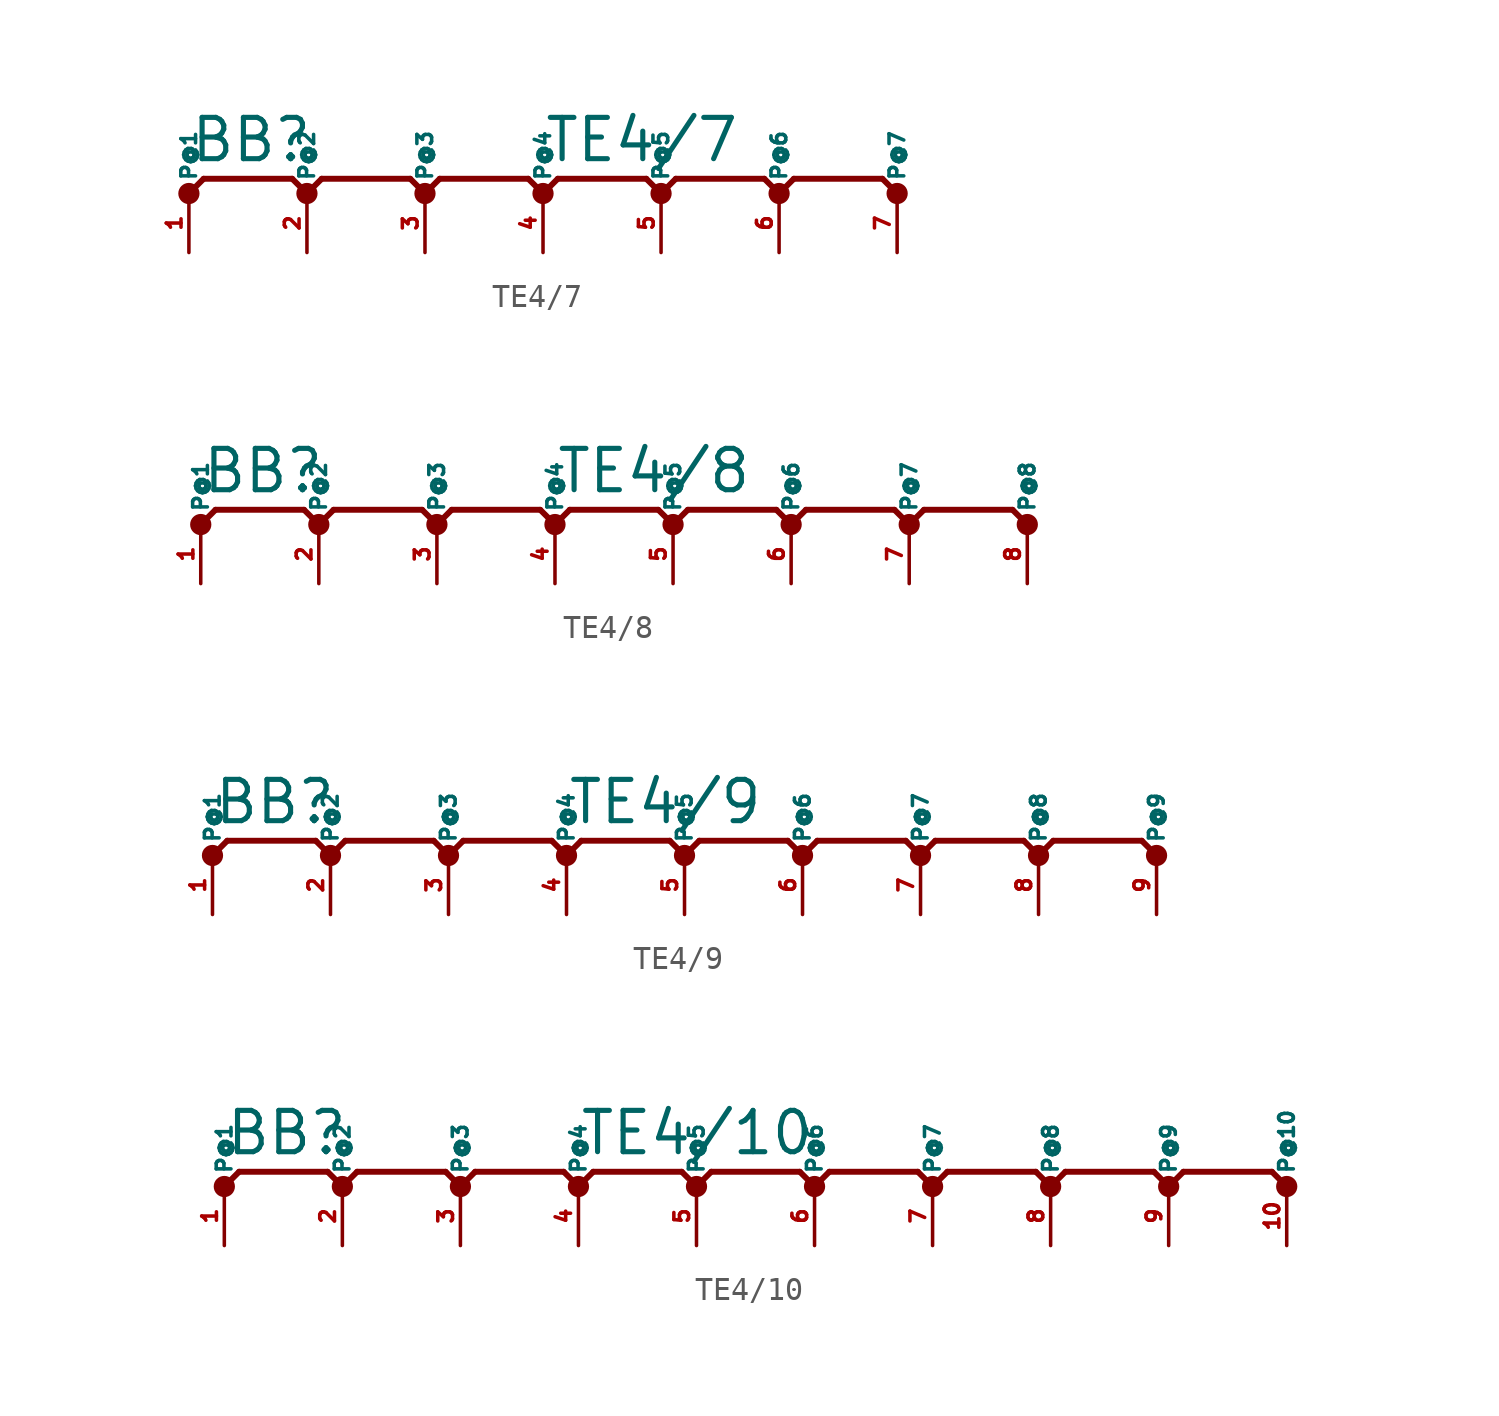
<source format=kicad_sym>
(kicad_symbol_lib
  (version 20220914)
  (generator Eagle2Kicad)
  (symbol "TE4/7"
    (property "Reference" "BB"
      (at -15.24 1.27 0)
      (effects (font (size 1.778 1.778) (thickness 0.22)) (justify left bottom)))
    (property "Value" "TE4/7"
      (at 0 1.27 0)
      (effects (font (size 1.778 1.778) (thickness 0.22)) (justify left bottom)))
    (polyline
      (pts (xy -10.16 0) (xy -10.795 0.635))
      (stroke (width 0.254) (type default))
      (fill (type none)))
    (polyline
      (pts (xy -10.795 0.635) (xy -14.605 0.635))
      (stroke (width 0.254) (type default))
      (fill (type none)))
    (polyline
      (pts (xy -14.605 0.635) (xy -15.24 0))
      (stroke (width 0.254) (type default))
      (fill (type none)))
    (polyline
      (pts (xy 15.24 0) (xy 14.605 0.635))
      (stroke (width 0.254) (type default))
      (fill (type none)))
    (polyline
      (pts (xy 14.605 0.635) (xy 10.795 0.635))
      (stroke (width 0.254) (type default))
      (fill (type none)))
    (polyline
      (pts (xy 10.795 0.635) (xy 10.16 0))
      (stroke (width 0.254) (type default))
      (fill (type none)))
    (polyline
      (pts (xy 10.16 0) (xy 9.525 0.635))
      (stroke (width 0.254) (type default))
      (fill (type none)))
    (polyline
      (pts (xy 9.525 0.635) (xy 5.715 0.635))
      (stroke (width 0.254) (type default))
      (fill (type none)))
    (polyline
      (pts (xy 5.715 0.635) (xy 5.08 0))
      (stroke (width 0.254) (type default))
      (fill (type none)))
    (polyline
      (pts (xy 5.08 0) (xy 4.445 0.635))
      (stroke (width 0.254) (type default))
      (fill (type none)))
    (polyline
      (pts (xy 4.445 0.635) (xy 0.635 0.635))
      (stroke (width 0.254) (type default))
      (fill (type none)))
    (polyline
      (pts (xy 0.635 0.635) (xy 0 0))
      (stroke (width 0.254) (type default))
      (fill (type none)))
    (polyline
      (pts (xy 0 0) (xy -0.635 0.635))
      (stroke (width 0.254) (type default))
      (fill (type none)))
    (polyline
      (pts (xy -0.635 0.635) (xy -4.445 0.635))
      (stroke (width 0.254) (type default))
      (fill (type none)))
    (polyline
      (pts (xy -4.445 0.635) (xy -5.08 0))
      (stroke (width 0.254) (type default))
      (fill (type none)))
    (polyline
      (pts (xy -5.08 0) (xy -5.715 0.635))
      (stroke (width 0.254) (type default))
      (fill (type none)))
    (polyline
      (pts (xy -5.715 0.635) (xy -9.525 0.635))
      (stroke (width 0.254) (type default))
      (fill (type none)))
    (polyline
      (pts (xy -9.525 0.635) (xy -10.16 0))
      (stroke (width 0.254) (type default))
      (fill (type none)))
    (circle
      (center -15.24 0)
      (radius 0.254)
      (stroke (width 0.406) (type default))
      (fill (type none)))
    (circle
      (center -10.16 0)
      (radius 0.254)
      (stroke (width 0.406) (type default))
      (fill (type none)))
    (circle
      (center -5.08 0)
      (radius 0.254)
      (stroke (width 0.406) (type default))
      (fill (type none)))
    (circle
      (center 0 0)
      (radius 0.254)
      (stroke (width 0.406) (type default))
      (fill (type none)))
    (circle
      (center 5.08 0)
      (radius 0.254)
      (stroke (width 0.406) (type default))
      (fill (type none)))
    (circle
      (center 10.16 0)
      (radius 0.254)
      (stroke (width 0.406) (type default))
      (fill (type none)))
    (circle
      (center 15.24 0)
      (radius 0.254)
      (stroke (width 0.406) (type default))
      (fill (type none)))
    (pin passive line
      (at -5.08 -2.54 90)
      (length 2.54)
      (name "P@3" (effects (font (size 0.635 0.635) (thickness 0.08)) (justify left bottom)))
      (number "3" (effects (font (size 0.635 0.635) (thickness 0.08)) (justify left bottom))))
    (pin passive line
      (at 0 -2.54 90)
      (length 2.54)
      (name "P@4" (effects (font (size 0.635 0.635) (thickness 0.08)) (justify left bottom)))
      (number "4" (effects (font (size 0.635 0.635) (thickness 0.08)) (justify left bottom))))
    (pin passive line
      (at 5.08 -2.54 90)
      (length 2.54)
      (name "P@5" (effects (font (size 0.635 0.635) (thickness 0.08)) (justify left bottom)))
      (number "5" (effects (font (size 0.635 0.635) (thickness 0.08)) (justify left bottom))))
    (pin passive line
      (at 10.16 -2.54 90)
      (length 2.54)
      (name "P@6" (effects (font (size 0.635 0.635) (thickness 0.08)) (justify left bottom)))
      (number "6" (effects (font (size 0.635 0.635) (thickness 0.08)) (justify left bottom))))
    (pin passive line
      (at -15.24 -2.54 90)
      (length 2.54)
      (name "P@1" (effects (font (size 0.635 0.635) (thickness 0.08)) (justify left bottom)))
      (number "1" (effects (font (size 0.635 0.635) (thickness 0.08)) (justify left bottom))))
    (pin passive line
      (at -10.16 -2.54 90)
      (length 2.54)
      (name "P@2" (effects (font (size 0.635 0.635) (thickness 0.08)) (justify left bottom)))
      (number "2" (effects (font (size 0.635 0.635) (thickness 0.08)) (justify left bottom))))
    (pin passive line
      (at 15.24 -2.54 90)
      (length 2.54)
      (name "P@7" (effects (font (size 0.635 0.635) (thickness 0.08)) (justify left bottom)))
      (number "7" (effects (font (size 0.635 0.635) (thickness 0.08)) (justify left bottom)))))
  (symbol "TE4/8"
    (property "Reference" "BB"
      (at -17.78 1.27 0)
      (effects (font (size 1.778 1.778) (thickness 0.22)) (justify left bottom)))
    (property "Value" "TE4/8"
      (at -2.54 1.27 0)
      (effects (font (size 1.778 1.778) (thickness 0.22)) (justify left bottom)))
    (polyline
      (pts (xy -12.7 0) (xy -13.335 0.635))
      (stroke (width 0.254) (type default))
      (fill (type none)))
    (polyline
      (pts (xy -13.335 0.635) (xy -17.145 0.635))
      (stroke (width 0.254) (type default))
      (fill (type none)))
    (polyline
      (pts (xy -17.145 0.635) (xy -17.78 0))
      (stroke (width 0.254) (type default))
      (fill (type none)))
    (polyline
      (pts (xy 17.78 0) (xy 17.145 0.635))
      (stroke (width 0.254) (type default))
      (fill (type none)))
    (polyline
      (pts (xy 17.145 0.635) (xy 13.335 0.635))
      (stroke (width 0.254) (type default))
      (fill (type none)))
    (polyline
      (pts (xy 13.335 0.635) (xy 12.7 0))
      (stroke (width 0.254) (type default))
      (fill (type none)))
    (polyline
      (pts (xy 12.7 0) (xy 12.065 0.635))
      (stroke (width 0.254) (type default))
      (fill (type none)))
    (polyline
      (pts (xy 12.065 0.635) (xy 8.255 0.635))
      (stroke (width 0.254) (type default))
      (fill (type none)))
    (polyline
      (pts (xy 8.255 0.635) (xy 7.62 0))
      (stroke (width 0.254) (type default))
      (fill (type none)))
    (polyline
      (pts (xy 7.62 0) (xy 6.985 0.635))
      (stroke (width 0.254) (type default))
      (fill (type none)))
    (polyline
      (pts (xy 6.985 0.635) (xy 3.175 0.635))
      (stroke (width 0.254) (type default))
      (fill (type none)))
    (polyline
      (pts (xy 3.175 0.635) (xy 2.54 0))
      (stroke (width 0.254) (type default))
      (fill (type none)))
    (polyline
      (pts (xy 2.54 0) (xy 1.905 0.635))
      (stroke (width 0.254) (type default))
      (fill (type none)))
    (polyline
      (pts (xy 1.905 0.635) (xy -1.905 0.635))
      (stroke (width 0.254) (type default))
      (fill (type none)))
    (polyline
      (pts (xy -1.905 0.635) (xy -2.54 0))
      (stroke (width 0.254) (type default))
      (fill (type none)))
    (polyline
      (pts (xy -2.54 0) (xy -3.175 0.635))
      (stroke (width 0.254) (type default))
      (fill (type none)))
    (polyline
      (pts (xy -3.175 0.635) (xy -6.985 0.635))
      (stroke (width 0.254) (type default))
      (fill (type none)))
    (polyline
      (pts (xy -6.985 0.635) (xy -7.62 0))
      (stroke (width 0.254) (type default))
      (fill (type none)))
    (polyline
      (pts (xy -7.62 0) (xy -8.255 0.635))
      (stroke (width 0.254) (type default))
      (fill (type none)))
    (polyline
      (pts (xy -8.255 0.635) (xy -12.065 0.635))
      (stroke (width 0.254) (type default))
      (fill (type none)))
    (polyline
      (pts (xy -12.065 0.635) (xy -12.7 0))
      (stroke (width 0.254) (type default))
      (fill (type none)))
    (circle
      (center -17.78 0)
      (radius 0.254)
      (stroke (width 0.406) (type default))
      (fill (type none)))
    (circle
      (center -12.7 0)
      (radius 0.254)
      (stroke (width 0.406) (type default))
      (fill (type none)))
    (circle
      (center -7.62 0)
      (radius 0.254)
      (stroke (width 0.406) (type default))
      (fill (type none)))
    (circle
      (center -2.54 0)
      (radius 0.254)
      (stroke (width 0.406) (type default))
      (fill (type none)))
    (circle
      (center 2.54 0)
      (radius 0.254)
      (stroke (width 0.406) (type default))
      (fill (type none)))
    (circle
      (center 7.62 0)
      (radius 0.254)
      (stroke (width 0.406) (type default))
      (fill (type none)))
    (circle
      (center 12.7 0)
      (radius 0.254)
      (stroke (width 0.406) (type default))
      (fill (type none)))
    (circle
      (center 17.78 0)
      (radius 0.254)
      (stroke (width 0.406) (type default))
      (fill (type none)))
    (pin passive line
      (at -17.78 -2.54 90)
      (length 2.54)
      (name "P@1" (effects (font (size 0.635 0.635) (thickness 0.08)) (justify left bottom)))
      (number "1" (effects (font (size 0.635 0.635) (thickness 0.08)) (justify left bottom))))
    (pin passive line
      (at -12.7 -2.54 90)
      (length 2.54)
      (name "P@2" (effects (font (size 0.635 0.635) (thickness 0.08)) (justify left bottom)))
      (number "2" (effects (font (size 0.635 0.635) (thickness 0.08)) (justify left bottom))))
    (pin passive line
      (at -7.62 -2.54 90)
      (length 2.54)
      (name "P@3" (effects (font (size 0.635 0.635) (thickness 0.08)) (justify left bottom)))
      (number "3" (effects (font (size 0.635 0.635) (thickness 0.08)) (justify left bottom))))
    (pin passive line
      (at -2.54 -2.54 90)
      (length 2.54)
      (name "P@4" (effects (font (size 0.635 0.635) (thickness 0.08)) (justify left bottom)))
      (number "4" (effects (font (size 0.635 0.635) (thickness 0.08)) (justify left bottom))))
    (pin passive line
      (at 2.54 -2.54 90)
      (length 2.54)
      (name "P@5" (effects (font (size 0.635 0.635) (thickness 0.08)) (justify left bottom)))
      (number "5" (effects (font (size 0.635 0.635) (thickness 0.08)) (justify left bottom))))
    (pin passive line
      (at 7.62 -2.54 90)
      (length 2.54)
      (name "P@6" (effects (font (size 0.635 0.635) (thickness 0.08)) (justify left bottom)))
      (number "6" (effects (font (size 0.635 0.635) (thickness 0.08)) (justify left bottom))))
    (pin passive line
      (at 12.7 -2.54 90)
      (length 2.54)
      (name "P@7" (effects (font (size 0.635 0.635) (thickness 0.08)) (justify left bottom)))
      (number "7" (effects (font (size 0.635 0.635) (thickness 0.08)) (justify left bottom))))
    (pin passive line
      (at 17.78 -2.54 90)
      (length 2.54)
      (name "P@8" (effects (font (size 0.635 0.635) (thickness 0.08)) (justify left bottom)))
      (number "8" (effects (font (size 0.635 0.635) (thickness 0.08)) (justify left bottom)))))
  (symbol "TE4/9"
    (property "Reference" "BB"
      (at -20.32 1.27 0)
      (effects (font (size 1.778 1.778) (thickness 0.22)) (justify left bottom)))
    (property "Value" "TE4/9"
      (at -5.08 1.27 0)
      (effects (font (size 1.778 1.778) (thickness 0.22)) (justify left bottom)))
    (polyline
      (pts (xy -15.24 0) (xy -15.875 0.635))
      (stroke (width 0.254) (type default))
      (fill (type none)))
    (polyline
      (pts (xy -15.875 0.635) (xy -19.685 0.635))
      (stroke (width 0.254) (type default))
      (fill (type none)))
    (polyline
      (pts (xy -19.685 0.635) (xy -20.32 0))
      (stroke (width 0.254) (type default))
      (fill (type none)))
    (polyline
      (pts (xy 20.32 0) (xy 19.685 0.635))
      (stroke (width 0.254) (type default))
      (fill (type none)))
    (polyline
      (pts (xy 19.685 0.635) (xy 15.875 0.635))
      (stroke (width 0.254) (type default))
      (fill (type none)))
    (polyline
      (pts (xy 15.875 0.635) (xy 15.24 0))
      (stroke (width 0.254) (type default))
      (fill (type none)))
    (polyline
      (pts (xy 15.24 0) (xy 14.605 0.635))
      (stroke (width 0.254) (type default))
      (fill (type none)))
    (polyline
      (pts (xy 14.605 0.635) (xy 10.795 0.635))
      (stroke (width 0.254) (type default))
      (fill (type none)))
    (polyline
      (pts (xy 10.795 0.635) (xy 10.16 0))
      (stroke (width 0.254) (type default))
      (fill (type none)))
    (polyline
      (pts (xy 10.16 0) (xy 9.525 0.635))
      (stroke (width 0.254) (type default))
      (fill (type none)))
    (polyline
      (pts (xy 9.525 0.635) (xy 5.715 0.635))
      (stroke (width 0.254) (type default))
      (fill (type none)))
    (polyline
      (pts (xy 5.715 0.635) (xy 5.08 0))
      (stroke (width 0.254) (type default))
      (fill (type none)))
    (polyline
      (pts (xy 5.08 0) (xy 4.445 0.635))
      (stroke (width 0.254) (type default))
      (fill (type none)))
    (polyline
      (pts (xy 4.445 0.635) (xy 0.635 0.635))
      (stroke (width 0.254) (type default))
      (fill (type none)))
    (polyline
      (pts (xy 0.635 0.635) (xy 0 0))
      (stroke (width 0.254) (type default))
      (fill (type none)))
    (polyline
      (pts (xy 0 0) (xy -0.635 0.635))
      (stroke (width 0.254) (type default))
      (fill (type none)))
    (polyline
      (pts (xy -0.635 0.635) (xy -4.445 0.635))
      (stroke (width 0.254) (type default))
      (fill (type none)))
    (polyline
      (pts (xy -4.445 0.635) (xy -5.08 0))
      (stroke (width 0.254) (type default))
      (fill (type none)))
    (polyline
      (pts (xy -5.08 0) (xy -5.715 0.635))
      (stroke (width 0.254) (type default))
      (fill (type none)))
    (polyline
      (pts (xy -5.715 0.635) (xy -9.525 0.635))
      (stroke (width 0.254) (type default))
      (fill (type none)))
    (polyline
      (pts (xy -9.525 0.635) (xy -10.16 0))
      (stroke (width 0.254) (type default))
      (fill (type none)))
    (polyline
      (pts (xy -10.16 0) (xy -10.795 0.635))
      (stroke (width 0.254) (type default))
      (fill (type none)))
    (polyline
      (pts (xy -10.795 0.635) (xy -14.605 0.635))
      (stroke (width 0.254) (type default))
      (fill (type none)))
    (polyline
      (pts (xy -14.605 0.635) (xy -15.24 0))
      (stroke (width 0.254) (type default))
      (fill (type none)))
    (circle
      (center -20.32 0)
      (radius 0.254)
      (stroke (width 0.406) (type default))
      (fill (type none)))
    (circle
      (center -15.24 0)
      (radius 0.254)
      (stroke (width 0.406) (type default))
      (fill (type none)))
    (circle
      (center -10.16 0)
      (radius 0.254)
      (stroke (width 0.406) (type default))
      (fill (type none)))
    (circle
      (center -5.08 0)
      (radius 0.254)
      (stroke (width 0.406) (type default))
      (fill (type none)))
    (circle
      (center 0 0)
      (radius 0.254)
      (stroke (width 0.406) (type default))
      (fill (type none)))
    (circle
      (center 5.08 0)
      (radius 0.254)
      (stroke (width 0.406) (type default))
      (fill (type none)))
    (circle
      (center 10.16 0)
      (radius 0.254)
      (stroke (width 0.406) (type default))
      (fill (type none)))
    (circle
      (center 15.24 0)
      (radius 0.254)
      (stroke (width 0.406) (type default))
      (fill (type none)))
    (circle
      (center 20.32 0)
      (radius 0.254)
      (stroke (width 0.406) (type default))
      (fill (type none)))
    (pin passive line
      (at -20.32 -2.54 90)
      (length 2.54)
      (name "P@1" (effects (font (size 0.635 0.635) (thickness 0.08)) (justify left bottom)))
      (number "1" (effects (font (size 0.635 0.635) (thickness 0.08)) (justify left bottom))))
    (pin passive line
      (at -15.24 -2.54 90)
      (length 2.54)
      (name "P@2" (effects (font (size 0.635 0.635) (thickness 0.08)) (justify left bottom)))
      (number "2" (effects (font (size 0.635 0.635) (thickness 0.08)) (justify left bottom))))
    (pin passive line
      (at -10.16 -2.54 90)
      (length 2.54)
      (name "P@3" (effects (font (size 0.635 0.635) (thickness 0.08)) (justify left bottom)))
      (number "3" (effects (font (size 0.635 0.635) (thickness 0.08)) (justify left bottom))))
    (pin passive line
      (at -5.08 -2.54 90)
      (length 2.54)
      (name "P@4" (effects (font (size 0.635 0.635) (thickness 0.08)) (justify left bottom)))
      (number "4" (effects (font (size 0.635 0.635) (thickness 0.08)) (justify left bottom))))
    (pin passive line
      (at 0 -2.54 90)
      (length 2.54)
      (name "P@5" (effects (font (size 0.635 0.635) (thickness 0.08)) (justify left bottom)))
      (number "5" (effects (font (size 0.635 0.635) (thickness 0.08)) (justify left bottom))))
    (pin passive line
      (at 5.08 -2.54 90)
      (length 2.54)
      (name "P@6" (effects (font (size 0.635 0.635) (thickness 0.08)) (justify left bottom)))
      (number "6" (effects (font (size 0.635 0.635) (thickness 0.08)) (justify left bottom))))
    (pin passive line
      (at 10.16 -2.54 90)
      (length 2.54)
      (name "P@7" (effects (font (size 0.635 0.635) (thickness 0.08)) (justify left bottom)))
      (number "7" (effects (font (size 0.635 0.635) (thickness 0.08)) (justify left bottom))))
    (pin passive line
      (at 15.24 -2.54 90)
      (length 2.54)
      (name "P@8" (effects (font (size 0.635 0.635) (thickness 0.08)) (justify left bottom)))
      (number "8" (effects (font (size 0.635 0.635) (thickness 0.08)) (justify left bottom))))
    (pin passive line
      (at 20.32 -2.54 90)
      (length 2.54)
      (name "P@9" (effects (font (size 0.635 0.635) (thickness 0.08)) (justify left bottom)))
      (number "9" (effects (font (size 0.635 0.635) (thickness 0.08)) (justify left bottom)))))
  (symbol "TE4/10"
    (property "Reference" "BB"
      (at -22.86 1.27 0)
      (effects (font (size 1.778 1.778) (thickness 0.22)) (justify left bottom)))
    (property "Value" "TE4/10"
      (at -7.62 1.27 0)
      (effects (font (size 1.778 1.778) (thickness 0.22)) (justify left bottom)))
    (polyline
      (pts (xy -17.78 0) (xy -18.415 0.635))
      (stroke (width 0.254) (type default))
      (fill (type none)))
    (polyline
      (pts (xy -18.415 0.635) (xy -22.225 0.635))
      (stroke (width 0.254) (type default))
      (fill (type none)))
    (polyline
      (pts (xy -22.225 0.635) (xy -22.86 0))
      (stroke (width 0.254) (type default))
      (fill (type none)))
    (polyline
      (pts (xy 22.86 0) (xy 22.225 0.635))
      (stroke (width 0.254) (type default))
      (fill (type none)))
    (polyline
      (pts (xy 22.225 0.635) (xy 18.415 0.635))
      (stroke (width 0.254) (type default))
      (fill (type none)))
    (polyline
      (pts (xy 18.415 0.635) (xy 17.78 0))
      (stroke (width 0.254) (type default))
      (fill (type none)))
    (polyline
      (pts (xy 17.78 0) (xy 17.145 0.635))
      (stroke (width 0.254) (type default))
      (fill (type none)))
    (polyline
      (pts (xy 17.145 0.635) (xy 13.335 0.635))
      (stroke (width 0.254) (type default))
      (fill (type none)))
    (polyline
      (pts (xy 13.335 0.635) (xy 12.7 0))
      (stroke (width 0.254) (type default))
      (fill (type none)))
    (polyline
      (pts (xy 12.7 0) (xy 12.065 0.635))
      (stroke (width 0.254) (type default))
      (fill (type none)))
    (polyline
      (pts (xy 12.065 0.635) (xy 8.255 0.635))
      (stroke (width 0.254) (type default))
      (fill (type none)))
    (polyline
      (pts (xy 8.255 0.635) (xy 7.62 0))
      (stroke (width 0.254) (type default))
      (fill (type none)))
    (polyline
      (pts (xy 7.62 0) (xy 6.985 0.635))
      (stroke (width 0.254) (type default))
      (fill (type none)))
    (polyline
      (pts (xy 6.985 0.635) (xy 3.175 0.635))
      (stroke (width 0.254) (type default))
      (fill (type none)))
    (polyline
      (pts (xy 3.175 0.635) (xy 2.54 0))
      (stroke (width 0.254) (type default))
      (fill (type none)))
    (polyline
      (pts (xy 2.54 0) (xy 1.905 0.635))
      (stroke (width 0.254) (type default))
      (fill (type none)))
    (polyline
      (pts (xy 1.905 0.635) (xy -1.905 0.635))
      (stroke (width 0.254) (type default))
      (fill (type none)))
    (polyline
      (pts (xy -1.905 0.635) (xy -2.54 0))
      (stroke (width 0.254) (type default))
      (fill (type none)))
    (polyline
      (pts (xy -2.54 0) (xy -3.175 0.635))
      (stroke (width 0.254) (type default))
      (fill (type none)))
    (polyline
      (pts (xy -3.175 0.635) (xy -6.985 0.635))
      (stroke (width 0.254) (type default))
      (fill (type none)))
    (polyline
      (pts (xy -6.985 0.635) (xy -7.62 0))
      (stroke (width 0.254) (type default))
      (fill (type none)))
    (polyline
      (pts (xy -7.62 0) (xy -8.255 0.635))
      (stroke (width 0.254) (type default))
      (fill (type none)))
    (polyline
      (pts (xy -8.255 0.635) (xy -12.065 0.635))
      (stroke (width 0.254) (type default))
      (fill (type none)))
    (polyline
      (pts (xy -12.065 0.635) (xy -12.7 0))
      (stroke (width 0.254) (type default))
      (fill (type none)))
    (polyline
      (pts (xy -12.7 0) (xy -13.335 0.635))
      (stroke (width 0.254) (type default))
      (fill (type none)))
    (polyline
      (pts (xy -13.335 0.635) (xy -17.145 0.635))
      (stroke (width 0.254) (type default))
      (fill (type none)))
    (polyline
      (pts (xy -17.145 0.635) (xy -17.78 0))
      (stroke (width 0.254) (type default))
      (fill (type none)))
    (circle
      (center -22.86 0)
      (radius 0.254)
      (stroke (width 0.406) (type default))
      (fill (type none)))
    (circle
      (center -17.78 0)
      (radius 0.254)
      (stroke (width 0.406) (type default))
      (fill (type none)))
    (circle
      (center -12.7 0)
      (radius 0.254)
      (stroke (width 0.406) (type default))
      (fill (type none)))
    (circle
      (center -7.62 0)
      (radius 0.254)
      (stroke (width 0.406) (type default))
      (fill (type none)))
    (circle
      (center -2.54 0)
      (radius 0.254)
      (stroke (width 0.406) (type default))
      (fill (type none)))
    (circle
      (center 2.54 0)
      (radius 0.254)
      (stroke (width 0.406) (type default))
      (fill (type none)))
    (circle
      (center 7.62 0)
      (radius 0.254)
      (stroke (width 0.406) (type default))
      (fill (type none)))
    (circle
      (center 12.7 0)
      (radius 0.254)
      (stroke (width 0.406) (type default))
      (fill (type none)))
    (circle
      (center 17.78 0)
      (radius 0.254)
      (stroke (width 0.406) (type default))
      (fill (type none)))
    (circle
      (center 22.86 0)
      (radius 0.254)
      (stroke (width 0.406) (type default))
      (fill (type none)))
    (pin passive line
      (at -22.86 -2.54 90)
      (length 2.54)
      (name "P@1" (effects (font (size 0.635 0.635) (thickness 0.08)) (justify left bottom)))
      (number "1" (effects (font (size 0.635 0.635) (thickness 0.08)) (justify left bottom))))
    (pin passive line
      (at -17.78 -2.54 90)
      (length 2.54)
      (name "P@2" (effects (font (size 0.635 0.635) (thickness 0.08)) (justify left bottom)))
      (number "2" (effects (font (size 0.635 0.635) (thickness 0.08)) (justify left bottom))))
    (pin passive line
      (at -12.7 -2.54 90)
      (length 2.54)
      (name "P@3" (effects (font (size 0.635 0.635) (thickness 0.08)) (justify left bottom)))
      (number "3" (effects (font (size 0.635 0.635) (thickness 0.08)) (justify left bottom))))
    (pin passive line
      (at -7.62 -2.54 90)
      (length 2.54)
      (name "P@4" (effects (font (size 0.635 0.635) (thickness 0.08)) (justify left bottom)))
      (number "4" (effects (font (size 0.635 0.635) (thickness 0.08)) (justify left bottom))))
    (pin passive line
      (at -2.54 -2.54 90)
      (length 2.54)
      (name "P@5" (effects (font (size 0.635 0.635) (thickness 0.08)) (justify left bottom)))
      (number "5" (effects (font (size 0.635 0.635) (thickness 0.08)) (justify left bottom))))
    (pin passive line
      (at 2.54 -2.54 90)
      (length 2.54)
      (name "P@6" (effects (font (size 0.635 0.635) (thickness 0.08)) (justify left bottom)))
      (number "6" (effects (font (size 0.635 0.635) (thickness 0.08)) (justify left bottom))))
    (pin passive line
      (at 7.62 -2.54 90)
      (length 2.54)
      (name "P@7" (effects (font (size 0.635 0.635) (thickness 0.08)) (justify left bottom)))
      (number "7" (effects (font (size 0.635 0.635) (thickness 0.08)) (justify left bottom))))
    (pin passive line
      (at 12.7 -2.54 90)
      (length 2.54)
      (name "P@8" (effects (font (size 0.635 0.635) (thickness 0.08)) (justify left bottom)))
      (number "8" (effects (font (size 0.635 0.635) (thickness 0.08)) (justify left bottom))))
    (pin passive line
      (at 17.78 -2.54 90)
      (length 2.54)
      (name "P@9" (effects (font (size 0.635 0.635) (thickness 0.08)) (justify left bottom)))
      (number "9" (effects (font (size 0.635 0.635) (thickness 0.08)) (justify left bottom))))
    (pin passive line
      (at 22.86 -2.54 90)
      (length 2.54)
      (name "P@10" (effects (font (size 0.635 0.635) (thickness 0.08)) (justify left bottom)))
      (number "10" (effects (font (size 0.635 0.635) (thickness 0.08)) (justify left bottom))))))
</source>
